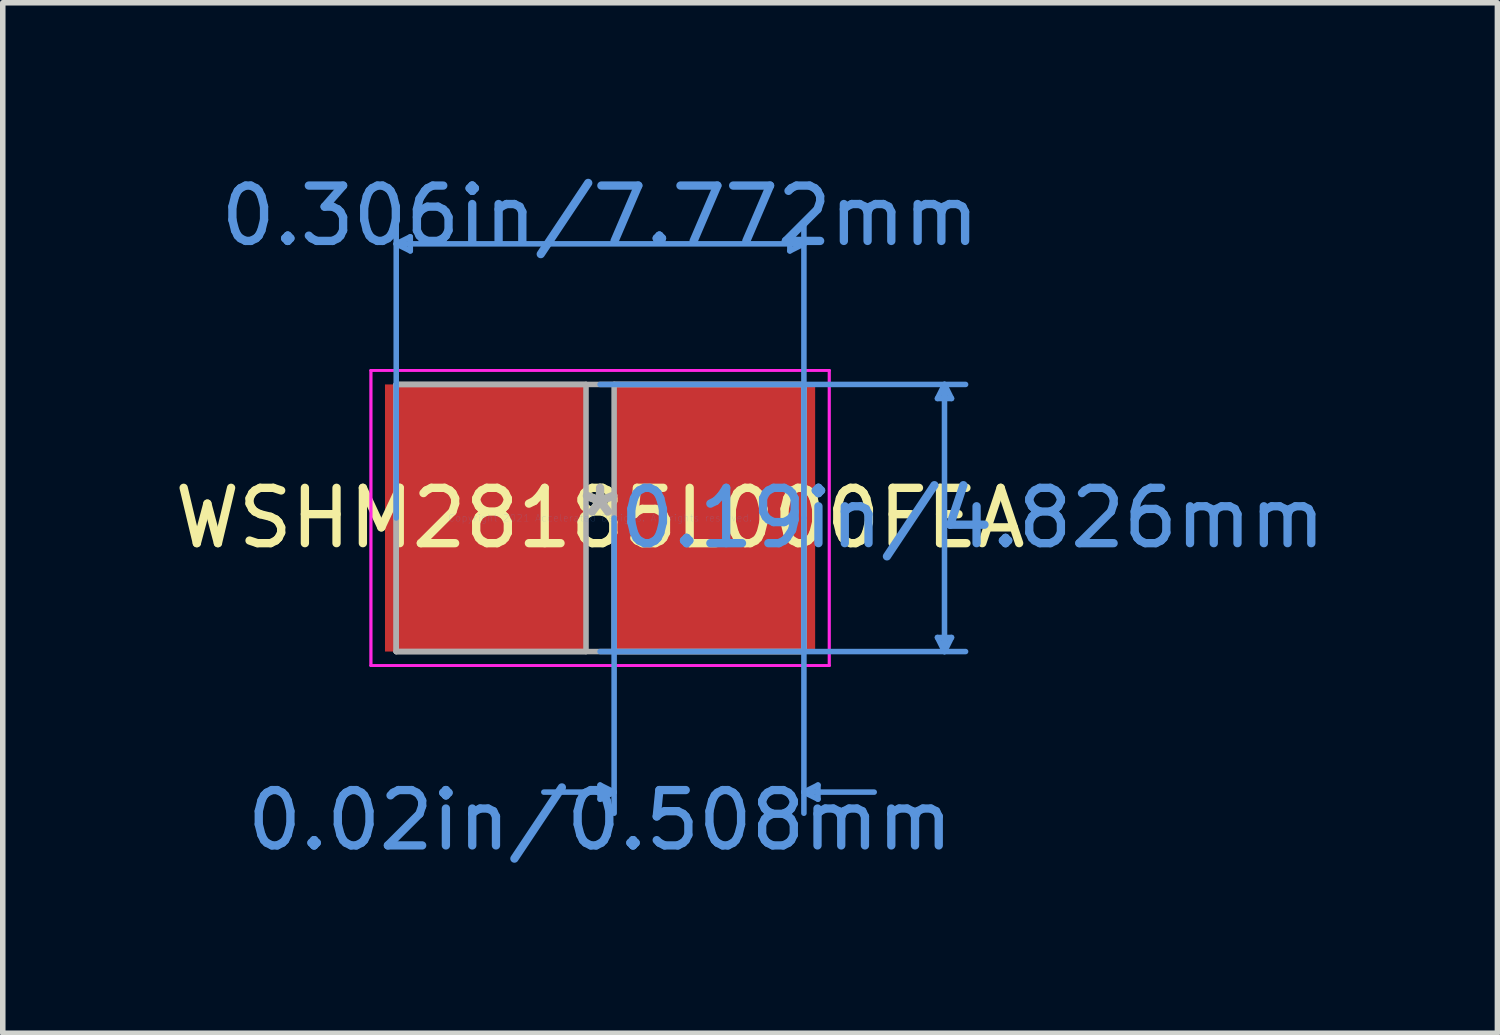
<source format=kicad_pcb>
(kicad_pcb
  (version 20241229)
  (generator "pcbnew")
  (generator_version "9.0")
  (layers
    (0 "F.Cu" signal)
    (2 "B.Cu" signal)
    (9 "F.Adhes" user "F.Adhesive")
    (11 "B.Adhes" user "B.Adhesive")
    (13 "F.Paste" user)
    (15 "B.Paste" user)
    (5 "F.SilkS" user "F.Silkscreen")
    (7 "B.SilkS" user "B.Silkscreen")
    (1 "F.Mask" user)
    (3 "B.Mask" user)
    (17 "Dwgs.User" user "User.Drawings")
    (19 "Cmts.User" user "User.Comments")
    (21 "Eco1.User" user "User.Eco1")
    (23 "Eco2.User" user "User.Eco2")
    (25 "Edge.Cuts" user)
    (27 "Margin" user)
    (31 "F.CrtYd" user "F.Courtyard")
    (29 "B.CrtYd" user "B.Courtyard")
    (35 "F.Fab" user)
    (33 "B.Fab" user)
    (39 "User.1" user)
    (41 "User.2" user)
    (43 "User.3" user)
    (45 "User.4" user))
  (footprint "WSHM28185L000FEA"
    (layer "F.Cu")
    (at 7.792 6.309)
    (property "Reference" "WSHM28185L000FEA" (at 0 0 0) (layer "F.SilkS") (effects (font (size 1 1) (thickness 0.15))))
    (attr through_hole)
    (fp_line (start -3.683 -4.953) (end -3.429 -5.08) (stroke (width 0.1) (type solid)) (layer "Cmts.User"))
    (fp_line (start -3.683 -4.953) (end -3.429 -4.826) (stroke (width 0.1) (type solid)) (layer "Cmts.User"))
    (fp_line (start -3.683 -4.953) (end 3.683 -4.953) (stroke (width 0.1) (type solid)) (layer "Cmts.User"))
    (fp_line (start -3.683 0) (end -3.683 -5.334) (stroke (width 0.1) (type solid)) (layer "Cmts.User"))
    (fp_line (start -3.429 -5.08) (end -3.429 -4.826) (stroke (width 0.1) (type solid)) (layer "Cmts.User"))
    (fp_line (start 0 -2.413) (end 6.604 -2.413) (stroke (width 0.1) (type solid)) (layer "Cmts.User"))
    (fp_line (start 0 2.413) (end 6.604 2.413) (stroke (width 0.1) (type solid)) (layer "Cmts.User"))
    (fp_line (start 0 4.826) (end 0 5.08) (stroke (width 0.1) (type solid)) (layer "Cmts.User"))
    (fp_line (start 0.254 0) (end 0.254 5.334) (stroke (width 0.1) (type solid)) (layer "Cmts.User"))
    (fp_line (start 0.254 4.953) (end -1.016 4.953) (stroke (width 0.1) (type solid)) (layer "Cmts.User"))
    (fp_line (start 0.254 4.953) (end 0 4.826) (stroke (width 0.1) (type solid)) (layer "Cmts.User"))
    (fp_line (start 0.254 4.953) (end 0 5.08) (stroke (width 0.1) (type solid)) (layer "Cmts.User"))
    (fp_line (start 3.429 -5.08) (end 3.429 -4.826) (stroke (width 0.1) (type solid)) (layer "Cmts.User"))
    (fp_line (start 3.683 -4.953) (end 3.429 -5.08) (stroke (width 0.1) (type solid)) (layer "Cmts.User"))
    (fp_line (start 3.683 -4.953) (end 3.429 -4.826) (stroke (width 0.1) (type solid)) (layer "Cmts.User"))
    (fp_line (start 3.683 0) (end 3.683 -5.334) (stroke (width 0.1) (type solid)) (layer "Cmts.User"))
    (fp_line (start 3.683 0) (end 3.683 5.334) (stroke (width 0.1) (type solid)) (layer "Cmts.User"))
    (fp_line (start 3.683 4.953) (end 3.937 4.826) (stroke (width 0.1) (type solid)) (layer "Cmts.User"))
    (fp_line (start 3.683 4.953) (end 3.937 5.08) (stroke (width 0.1) (type solid)) (layer "Cmts.User"))
    (fp_line (start 3.683 4.953) (end 4.953 4.953) (stroke (width 0.1) (type solid)) (layer "Cmts.User"))
    (fp_line (start 3.937 4.826) (end 3.937 5.08) (stroke (width 0.1) (type solid)) (layer "Cmts.User"))
    (fp_line (start 6.096 -2.159) (end 6.35 -2.159) (stroke (width 0.1) (type solid)) (layer "Cmts.User"))
    (fp_line (start 6.096 2.159) (end 6.35 2.159) (stroke (width 0.1) (type solid)) (layer "Cmts.User"))
    (fp_line (start 6.223 -2.413) (end 6.096 -2.159) (stroke (width 0.1) (type solid)) (layer "Cmts.User"))
    (fp_line (start 6.223 -2.413) (end 6.223 2.413) (stroke (width 0.1) (type solid)) (layer "Cmts.User"))
    (fp_line (start 6.223 -2.413) (end 6.35 -2.159) (stroke (width 0.1) (type solid)) (layer "Cmts.User"))
    (fp_line (start 6.223 2.413) (end 6.096 2.159) (stroke (width 0.1) (type solid)) (layer "Cmts.User"))
    (fp_line (start 6.223 2.413) (end 6.35 2.159) (stroke (width 0.1) (type solid)) (layer "Cmts.User"))
    (fp_line (start -4.14 -2.667) (end 4.14 -2.667) (stroke (width 0.05) (type solid)) (layer "F.CrtYd"))
    (fp_line (start -4.14 -2.667) (end 4.14 -2.667) (stroke (width 0.05) (type solid)) (layer "F.CrtYd"))
    (fp_line (start -4.14 2.667) (end -4.14 -2.667) (stroke (width 0.05) (type solid)) (layer "F.CrtYd"))
    (fp_line (start -4.14 2.667) (end -4.14 -2.667) (stroke (width 0.05) (type solid)) (layer "F.CrtYd"))
    (fp_line (start 4.14 -2.667) (end 4.14 2.667) (stroke (width 0.05) (type solid)) (layer "F.CrtYd"))
    (fp_line (start 4.14 -2.667) (end 4.14 2.667) (stroke (width 0.05) (type solid)) (layer "F.CrtYd"))
    (fp_line (start 4.14 2.667) (end -4.14 2.667) (stroke (width 0.05) (type solid)) (layer "F.CrtYd"))
    (fp_line (start 4.14 2.667) (end -4.14 2.667) (stroke (width 0.05) (type solid)) (layer "F.CrtYd"))
    (fp_line (start -3.683 -2.413) (end -3.683 2.413) (stroke (width 0.1) (type solid)) (layer "F.Fab"))
    (fp_line (start -3.683 -2.413) (end -3.683 2.413) (stroke (width 0.1) (type solid)) (layer "F.Fab"))
    (fp_line (start -3.683 2.413) (end -0.254 2.413) (stroke (width 0.1) (type solid)) (layer "F.Fab"))
    (fp_line (start -3.683 2.413) (end 3.683 2.413) (stroke (width 0.1) (type solid)) (layer "F.Fab"))
    (fp_line (start -0.254 -2.413) (end -3.683 -2.413) (stroke (width 0.1) (type solid)) (layer "F.Fab"))
    (fp_line (start -0.254 2.413) (end -0.254 -2.413) (stroke (width 0.1) (type solid)) (layer "F.Fab"))
    (fp_line (start 0.254 -2.413) (end 0.254 2.413) (stroke (width 0.1) (type solid)) (layer "F.Fab"))
    (fp_line (start 0.254 2.413) (end 3.683 2.413) (stroke (width 0.1) (type solid)) (layer "F.Fab"))
    (fp_line (start 3.683 -2.413) (end -3.683 -2.413) (stroke (width 0.1) (type solid)) (layer "F.Fab"))
    (fp_line (start 3.683 -2.413) (end 0.254 -2.413) (stroke (width 0.1) (type solid)) (layer "F.Fab"))
    (fp_line (start 3.683 2.413) (end 3.683 -2.413) (stroke (width 0.1) (type solid)) (layer "F.Fab"))
    (fp_line (start 3.683 2.413) (end 3.683 -2.413) (stroke (width 0.1) (type solid)) (layer "F.Fab"))
    (fp_text user "*" (at 0 0 0) (layer "F.SilkS") (effects (font (size 1 1) (thickness 0.15))))
    (fp_text user "0.02in/0.508mm" (at 0 5.461 0) (layer "Cmts.User") (effects (font (size 1 1) (thickness 0.15))))
    (fp_text user "Copyright 2021 Accelerated Designs. All rights reserved." (at 0 0 0) (layer "Cmts.User") (effects (font (size 0.127 0.127) (thickness 0.002))))
    (fp_text user "0.19in/4.826mm" (at 6.731 0 0) (layer "Cmts.User") (effects (font (size 1 1) (thickness 0.15))))
    (fp_text user "0.306in/7.772mm" (at 0 -5.461 0) (layer "Cmts.User") (effects (font (size 1 1) (thickness 0.15))))
    (fp_text user "*" (at 0 0 0) (layer "F.Fab") (effects (font (size 1 1) (thickness 0.15))))
    (pad "1" smd rect (at -2.07 0) (size 3.632 4.826) (layers "F.Cu" "F.Mask" "F.Paste"))
    (pad "2" smd rect (at 2.07 0) (size 3.632 4.826) (layers "F.Cu" "F.Mask" "F.Paste")))
  (gr_rect
    (start -3 -3)
    (end 24.005 15.618)
    (stroke (width 0.1) (type default))
    (fill no)
    (layer "Edge.Cuts")))
</source>
